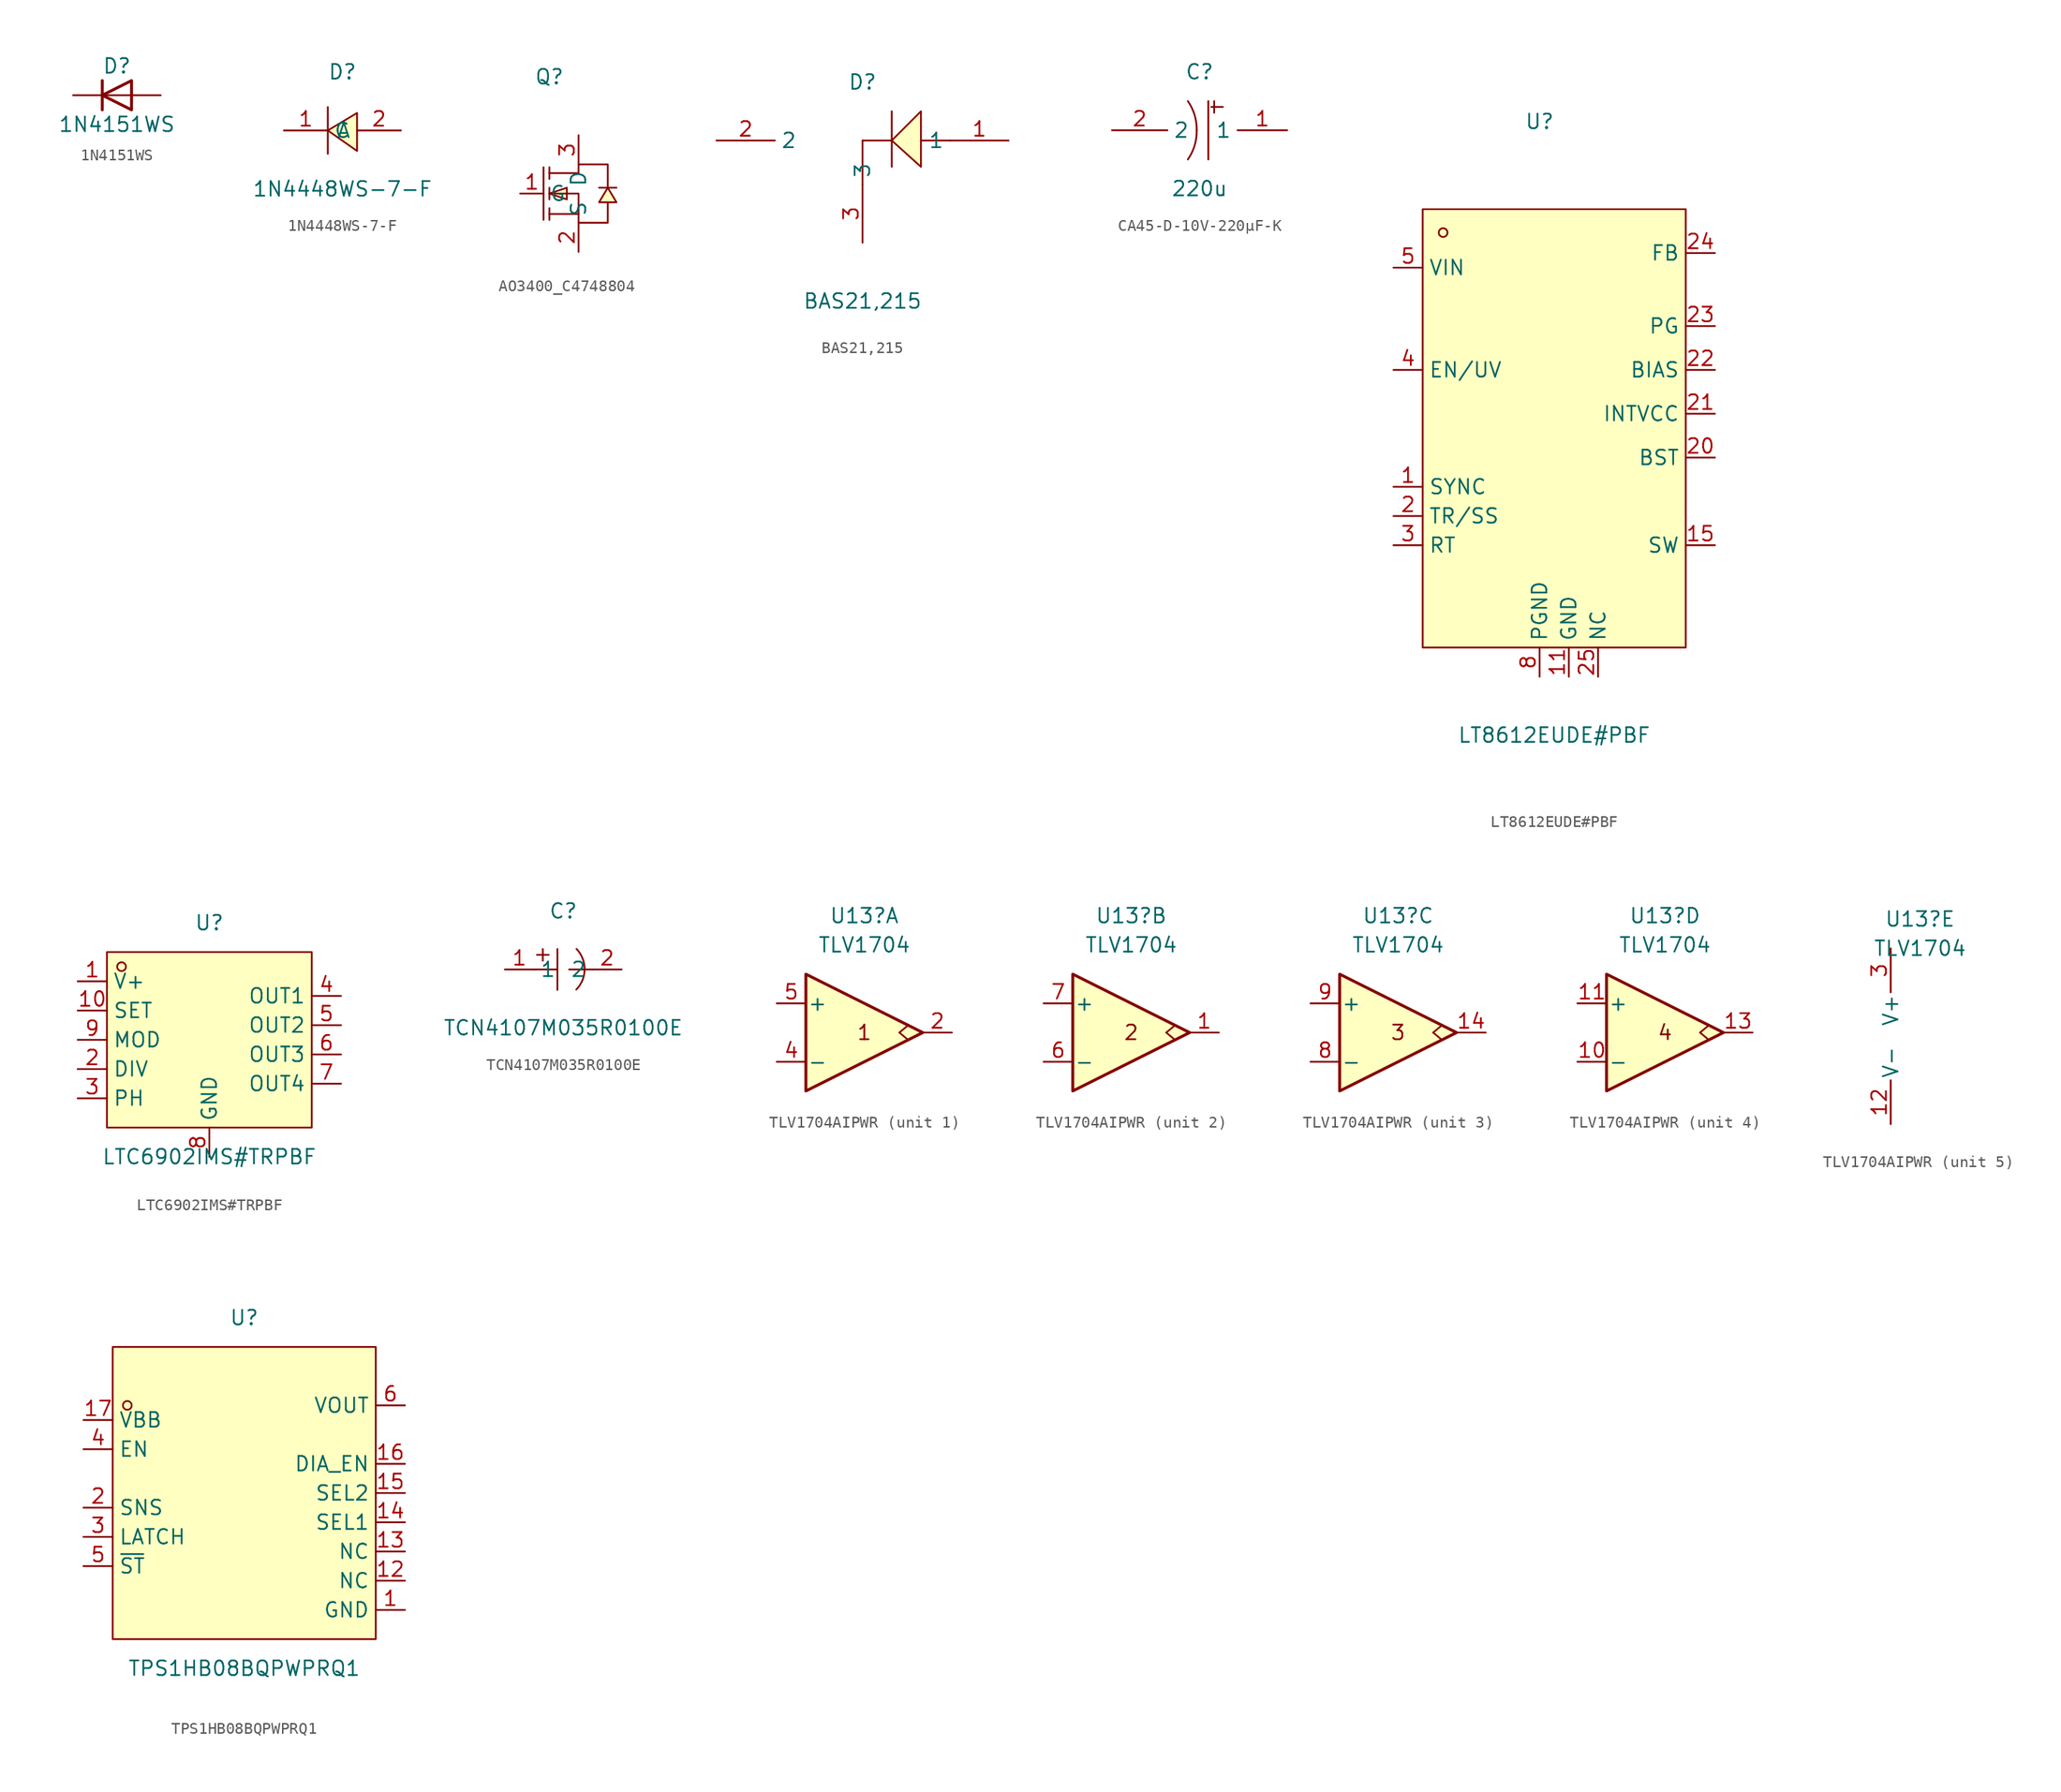
<source format=kicad_sym>
(kicad_symbol_lib
  (version 20241209)
  (generator "kicad_symbol_editor")
  (generator_version "9.0")
  (symbol "1N4151WS"
    (pin_numbers
      (hide yes))
    (pin_names
      (offset 1.016)
      (hide yes))
    (property "Reference" "D"
      (at 0 2.54 0)
      (effects (font (size 1.27 1.27))))
    (property "Value" "1N4151WS"
      (at 0 -2.54 0)
      (effects (font (size 1.27 1.27))))
    (symbol "1N4151WS_0_1"
      (polyline (pts (xy -1.27 1.27) (xy -1.27 -1.27)) (stroke (width 0.254) (type default)) (fill (type none)))
      (polyline (pts (xy 1.27 1.27) (xy 1.27 -1.27) (xy -1.27 0) (xy 1.27 1.27)) (stroke (width 0.254) (type default)) (fill (type none)))
      (polyline (pts (xy 1.27 0) (xy -1.27 0)) (stroke (width 0) (type default)) (fill (type none))))
    (symbol "1N4151WS_1_1"
      (pin passive line (at -3.81 0 0) (length 2.54) (name "K" (effects (font (size 1.27 1.27)))) (number "1" (effects (font (size 1.27 1.27)))))
      (pin passive line (at 3.81 0 180) (length 2.54) (name "A" (effects (font (size 1.27 1.27)))) (number "2" (effects (font (size 1.27 1.27)))))))
  (symbol "1N4448WS-7-F"
    (property "Reference" "D"
      (at 0 5.08 0)
      (effects (font (size 1.27 1.27))))
    (property "Value" "1N4448WS-7-F"
      (at 0 -5.08 0)
      (effects (font (size 1.27 1.27))))
    (symbol "1N4448WS-7-F_0_1"
      (polyline (pts (xy -1.27 -2.03) (xy -1.27 2.03)) (stroke (width 0) (type default)) (fill (type none)))
      (polyline (pts (xy 1.27 1.52) (xy -1.27 0) (xy 1.27 -1.78) (xy 1.27 1.52)) (stroke (width 0) (type default)) (fill (type background)))
      (pin unspecified line (at -5.08 0 0) (length 3.81) (name "C" (effects (font (size 1.27 1.27)))) (number "1" (effects (font (size 1.27 1.27)))))
      (pin unspecified line (at 5.08 0 180) (length 3.81) (name "A" (effects (font (size 1.27 1.27)))) (number "2" (effects (font (size 1.27 1.27)))))))
  (symbol "AO3400_C4748804"
    (property "Reference" "Q"
      (at 0 10.16 0)
      (effects (font (size 1.27 1.27))))
    (symbol "AO3400_C4748804_0_1"
      (polyline (pts (xy -0.51 2.29) (xy -0.51 -2.29)) (stroke (width 0) (type default)) (fill (type none)))
      (polyline (pts (xy 0 2.29) (xy 0 1.27)) (stroke (width 0) (type default)) (fill (type none)))
      (polyline (pts (xy 0 1.78) (xy 2.54 1.78) (xy 2.54 2.54) (xy 5.08 2.54) (xy 5.08 0.51)) (stroke (width 0) (type default)) (fill (type none)))
      (polyline (pts (xy 0 0) (xy 1.52 -0.51) (xy 1.52 0.51) (xy 0 0)) (stroke (width 0) (type default)) (fill (type background)))
      (polyline (pts (xy 0 0) (xy 2.54 0) (xy 2.54 -2.54) (xy 5.08 -2.54) (xy 5.08 -0.76)) (stroke (width 0) (type default)) (fill (type none)))
      (polyline (pts (xy 0 -0.51) (xy 0 0.51)) (stroke (width 0) (type default)) (fill (type none)))
      (polyline (pts (xy 0 -2.29) (xy 0 -1.27)) (stroke (width 0) (type default)) (fill (type none)))
      (polyline (pts (xy 2.54 -1.78) (xy 0 -1.78)) (stroke (width 0) (type default)) (fill (type none)))
      (polyline (pts (xy 5.08 0.51) (xy 4.32 -0.76) (xy 5.84 -0.76) (xy 5.08 0.51)) (stroke (width 0) (type default)) (fill (type background)))
      (polyline (pts (xy 5.84 0.51) (xy 5.59 0.51) (xy 4.57 0.51) (xy 4.32 0.51)) (stroke (width 0) (type default)) (fill (type none)))
      (pin unspecified line (at -2.54 0 0) (length 2.032) (name "G" (effects (font (size 1.27 1.27)))) (number "1" (effects (font (size 1.27 1.27)))))
      (pin unspecified line (at 2.54 5.08 270) (length 2.54) (name "D" (effects (font (size 1.27 1.27)))) (number "3" (effects (font (size 1.27 1.27)))))
      (pin unspecified line (at 2.54 -5.08 90) (length 2.54) (name "S" (effects (font (size 1.27 1.27)))) (number "2" (effects (font (size 1.27 1.27)))))))
  (symbol "BAS21,215"
    (property "Reference" "D"
      (at 0 7.62 0)
      (effects (font (size 1.27 1.27))))
    (property "Value" "BAS21,215"
      (at 0 -11.43 0)
      (effects (font (size 1.27 1.27))))
    (symbol "BAS21,215_0_1"
      (polyline (pts (xy 0 2.54) (xy 2.54 2.54)) (stroke (width 0) (type default)) (fill (type none)))
      (polyline (pts (xy 0 -1.27) (xy 0 2.54)) (stroke (width 0) (type default)) (fill (type none)))
      (polyline (pts (xy 2.54 0.25) (xy 2.54 5.08)) (stroke (width 0) (type default)) (fill (type none)))
      (polyline (pts (xy 5.08 5.08) (xy 2.54 2.54) (xy 5.08 0.25) (xy 5.08 5.08)) (stroke (width 0) (type default)) (fill (type background)))
      (polyline (pts (xy 5.08 2.54) (xy 7.62 2.54)) (stroke (width 0) (type default)) (fill (type none)))
      (pin unspecified line (at -12.7 2.54 0) (length 5.08) (name "2" (effects (font (size 1.27 1.27)))) (number "2" (effects (font (size 1.27 1.27)))))
      (pin unspecified line (at 0 -6.35 90) (length 5.08) (name "3" (effects (font (size 1.27 1.27)))) (number "3" (effects (font (size 1.27 1.27)))))
      (pin unspecified line (at 12.7 2.54 180) (length 5.08) (name "1" (effects (font (size 1.27 1.27)))) (number "1" (effects (font (size 1.27 1.27)))))))
  (symbol "CA45-D-10V-220μF-K"
    (property "Reference" "C"
      (at 0 5.08 0)
      (effects (font (size 1.27 1.27))))
    (property "Value" "220u"
      (at 0 -5.08 0)
      (effects (font (size 1.27 1.27))))
    (symbol "CA45-D-10V-220μF-K_0_1"
      (arc (start -1.02 2.54) (mid -0.31 0.81) (end -0.25 0) (stroke (width 0) (type default)) (fill (type none)))
      (arc (start -0.25 0) (mid -0.27 -0.53) (end -1.02 -2.54) (stroke (width 0) (type default)) (fill (type none)))
      (polyline (pts (xy 0.76 2.54) (xy 0.76 -2.54)) (stroke (width 0) (type default)) (fill (type none)))
      (rectangle (start 1.02 2.03) (end 2.03 2.03) (stroke (width 0) (type default)) (fill (type background)))
      (rectangle (start 1.27 2.54) (end 1.27 1.52) (stroke (width 0) (type default)) (fill (type background)))
      (pin unspecified line (at -7.62 0 0) (length 4.826) (name "2" (effects (font (size 1.27 1.27)))) (number "2" (effects (font (size 1.27 1.27)))))
      (pin unspecified line (at 7.62 0 180) (length 4.318) (name "1" (effects (font (size 1.27 1.27)))) (number "1" (effects (font (size 1.27 1.27)))))))
  (symbol "LT8612EUDE#PBF"
    (property "Reference" "U"
      (at -1.27 24.13 0)
      (effects (font (size 1.27 1.27))))
    (property "Value" "LT8612EUDE#PBF"
      (at 0 -29.21 0)
      (effects (font (size 1.27 1.27))))
    (symbol "LT8612EUDE#PBF_0_1"
      (rectangle (start -11.43 16.51) (end 11.43 -21.59) (stroke (width 0) (type default)) (fill (type background)))
      (circle (center -9.652 14.478) (radius 0.38) (stroke (width 0) (type default)) (fill (type none))))
    (symbol "LT8612EUDE#PBF_1_1"
      (pin passive line (at -13.97 11.43 0) (length 2.54) (name "VIN" (effects (font (size 1.27 1.27)))) (number "5" (effects (font (size 1.27 1.27)))))
      (pin passive line (at -13.97 2.54 0) (length 2.54) (name "EN/UV" (effects (font (size 1.27 1.27)))) (number "4" (effects (font (size 1.27 1.27)))))
      (pin passive line (at -13.97 -7.62 0) (length 2.54) (name "SYNC" (effects (font (size 1.27 1.27)))) (number "1" (effects (font (size 1.27 1.27)))))
      (pin passive line (at -13.97 -10.16 0) (length 2.54) (name "TR/SS" (effects (font (size 1.27 1.27)))) (number "2" (effects (font (size 1.27 1.27)))))
      (pin passive line (at -13.97 -12.7 0) (length 2.54) (name "RT" (effects (font (size 1.27 1.27)))) (number "3" (effects (font (size 1.27 1.27)))))
      (pin passive line (at -1.27 -24.13 90) (length 2.54) (name "PGND" (effects (font (size 1.27 1.27)))) (number "8" (effects (font (size 1.27 1.27)))))
      (pin passive line (at 1.27 -24.13 90) (length 2.54) (name "GND" (effects (font (size 1.27 1.27)))) (number "11" (effects (font (size 1.27 1.27)))))
      (pin passive line (at 3.81 -24.13 90) (length 2.54) (name "NC" (effects (font (size 1.27 1.27)))) (number "25" (effects (font (size 1.27 1.27)))))
      (pin passive line (at 13.97 12.7 180) (length 2.54) (name "FB" (effects (font (size 1.27 1.27)))) (number "24" (effects (font (size 1.27 1.27)))))
      (pin passive line (at 13.97 6.35 180) (length 2.54) (name "PG" (effects (font (size 1.27 1.27)))) (number "23" (effects (font (size 1.27 1.27)))))
      (pin passive line (at 13.97 2.54 180) (length 2.54) (name "BIAS" (effects (font (size 1.27 1.27)))) (number "22" (effects (font (size 1.27 1.27)))))
      (pin passive line (at 13.97 -1.27 180) (length 2.54) (name "INTVCC" (effects (font (size 1.27 1.27)))) (number "21" (effects (font (size 1.27 1.27)))))
      (pin passive line (at 13.97 -5.08 180) (length 2.54) (name "BST" (effects (font (size 1.27 1.27)))) (number "20" (effects (font (size 1.27 1.27)))))
      (pin passive line (at 13.97 -12.7 180) (length 2.54) (name "SW" (effects (font (size 1.27 1.27)))) (number "15" (effects (font (size 1.27 1.27)))))))
  (symbol "LTC6902IMS#TRPBF"
    (property "Reference" "U"
      (at 0 10.16 0)
      (effects (font (size 1.27 1.27))))
    (property "Value" "LTC6902IMS#TRPBF"
      (at 0 -10.16 0)
      (effects (font (size 1.27 1.27))))
    (symbol "LTC6902IMS#TRPBF_0_1"
      (rectangle (start -8.89 7.62) (end 8.89 -7.62) (stroke (width 0) (type default)) (fill (type background)))
      (circle (center -7.62 6.35) (radius 0.38) (stroke (width 0) (type default)) (fill (type none)))
      (pin unspecified line (at -11.43 5.08 0) (length 2.54) (name "V+" (effects (font (size 1.27 1.27)))) (number "1" (effects (font (size 1.27 1.27)))))
      (pin unspecified line (at -11.43 2.54 0) (length 2.54) (name "SET" (effects (font (size 1.27 1.27)))) (number "10" (effects (font (size 1.27 1.27)))))
      (pin unspecified line (at -11.43 0 0) (length 2.54) (name "MOD" (effects (font (size 1.27 1.27)))) (number "9" (effects (font (size 1.27 1.27)))))
      (pin unspecified line (at -11.43 -2.54 0) (length 2.54) (name "DIV" (effects (font (size 1.27 1.27)))) (number "2" (effects (font (size 1.27 1.27)))))
      (pin unspecified line (at -11.43 -5.08 0) (length 2.54) (name "PH" (effects (font (size 1.27 1.27)))) (number "3" (effects (font (size 1.27 1.27)))))
      (pin unspecified line (at 0 -10.16 90) (length 2.54) (name "GND" (effects (font (size 1.27 1.27)))) (number "8" (effects (font (size 1.27 1.27)))))
      (pin unspecified line (at 11.43 3.81 180) (length 2.54) (name "OUT1" (effects (font (size 1.27 1.27)))) (number "4" (effects (font (size 1.27 1.27)))))
      (pin unspecified line (at 11.43 1.27 180) (length 2.54) (name "OUT2" (effects (font (size 1.27 1.27)))) (number "5" (effects (font (size 1.27 1.27)))))
      (pin unspecified line (at 11.43 -1.27 180) (length 2.54) (name "OUT3" (effects (font (size 1.27 1.27)))) (number "6" (effects (font (size 1.27 1.27)))))
      (pin unspecified line (at 11.43 -3.81 180) (length 2.54) (name "OUT4" (effects (font (size 1.27 1.27)))) (number "7" (effects (font (size 1.27 1.27)))))))
  (symbol "TCN4107M035R0100E"
    (property "Reference" "C"
      (at 0 5.08 0)
      (effects (font (size 1.27 1.27))))
    (property "Value" "TCN4107M035R0100E"
      (at 0 -5.08 0)
      (effects (font (size 1.27 1.27))))
    (symbol "TCN4107M035R0100E_0_1"
      (polyline (pts (xy -2.54 0) (xy -0.51 0)) (stroke (width 0) (type default)) (fill (type none)))
      (polyline (pts (xy -2.29 1.27) (xy -1.27 1.27)) (stroke (width 0) (type default)) (fill (type none)))
      (polyline (pts (xy -1.78 1.78) (xy -1.78 0.76)) (stroke (width 0) (type default)) (fill (type none)))
      (arc (start 1.15 1.79) (mid 1.8578 0.0159) (end 1.13 -1.75) (stroke (width 0) (type default)) (fill (type none)))
      (polyline (pts (xy -0.51 1.78) (xy -0.51 -1.78)) (stroke (width 0) (type default)) (fill (type none)))
      (polyline (pts (xy 0.51 0) (xy 2.54 0)) (stroke (width 0) (type default)) (fill (type none)))
      (pin input line (at -5.08 0 0) (length 2.54) (name "1" (effects (font (size 1.27 1.27)))) (number "1" (effects (font (size 1.27 1.27)))))
      (pin input line (at 5.08 0 180) (length 2.54) (name "2" (effects (font (size 1.27 1.27)))) (number "2" (effects (font (size 1.27 1.27)))))))
  (symbol "TLV1704AIPWR"
    (pin_names
      (offset 0.127))
    (property "Reference" "U13"
      (at 0 10.16 0)
      (effects (font (size 1.27 1.27))))
    (property "Value" "TLV1704"
      (at 0 7.62 0)
      (effects (font (size 1.27 1.27))))
    (property "Tolerance" ""
      (at 0 0 0)
      (effects (font (size 1.27 1.27))))
    (property "Power Rating" ""
      (at 0 0 0)
      (effects (font (size 1.27 1.27))))
    (property "ki_locked" ""
      (at 0 0 0)
      (effects (font (size 1.27 1.27))))
    (symbol "TLV1704AIPWR_1_1"
      (polyline (pts (xy -5.08 5.08) (xy 5.08 0) (xy -5.08 -5.08) (xy -5.08 5.08)) (stroke (width 0.254) (type default)) (fill (type background)))
      (polyline (pts (xy 3.048 0) (xy 3.81 -0.635)) (stroke (width 0) (type default)) (fill (type none)))
      (polyline (pts (xy 3.81 0.635) (xy 3.048 0)) (stroke (width 0) (type default)) (fill (type none)))
      (text "1" (at 0 0 0) (effects (font (size 1.27 1.27))))
      (pin input line (at -7.62 2.54 0) (length 2.54) (name "+" (effects (font (size 1.27 1.27)))) (number "5" (effects (font (size 1.27 1.27)))))
      (pin input line (at -7.62 -2.54 0) (length 2.54) (name "-" (effects (font (size 1.27 1.27)))) (number "4" (effects (font (size 1.27 1.27)))))
      (pin open_collector line (at 7.62 0 180) (length 2.54) (name "~" (effects (font (size 1.27 1.27)))) (number "2" (effects (font (size 1.27 1.27))))))
    (symbol "TLV1704AIPWR_2_1"
      (polyline (pts (xy -5.08 5.08) (xy 5.08 0) (xy -5.08 -5.08) (xy -5.08 5.08)) (stroke (width 0.254) (type default)) (fill (type background)))
      (polyline (pts (xy 3.048 0) (xy 3.81 -0.635)) (stroke (width 0) (type default)) (fill (type none)))
      (polyline (pts (xy 3.81 0.635) (xy 3.048 0)) (stroke (width 0) (type default)) (fill (type none)))
      (text "2" (at 0 0 0) (effects (font (size 1.27 1.27))))
      (pin input line (at -7.62 2.54 0) (length 2.54) (name "+" (effects (font (size 1.27 1.27)))) (number "7" (effects (font (size 1.27 1.27)))))
      (pin input line (at -7.62 -2.54 0) (length 2.54) (name "-" (effects (font (size 1.27 1.27)))) (number "6" (effects (font (size 1.27 1.27)))))
      (pin open_collector line (at 7.62 0 180) (length 2.54) (name "~" (effects (font (size 1.27 1.27)))) (number "1" (effects (font (size 1.27 1.27))))))
    (symbol "TLV1704AIPWR_3_1"
      (polyline (pts (xy -5.08 5.08) (xy 5.08 0) (xy -5.08 -5.08) (xy -5.08 5.08)) (stroke (width 0.254) (type default)) (fill (type background)))
      (polyline (pts (xy 3.048 0) (xy 3.81 -0.635)) (stroke (width 0) (type default)) (fill (type none)))
      (polyline (pts (xy 3.81 0.635) (xy 3.048 0)) (stroke (width 0) (type default)) (fill (type none)))
      (text "3" (at 0 0 0) (effects (font (size 1.27 1.27))))
      (pin input line (at -7.62 2.54 0) (length 2.54) (name "+" (effects (font (size 1.27 1.27)))) (number "9" (effects (font (size 1.27 1.27)))))
      (pin input line (at -7.62 -2.54 0) (length 2.54) (name "-" (effects (font (size 1.27 1.27)))) (number "8" (effects (font (size 1.27 1.27)))))
      (pin open_collector line (at 7.62 0 180) (length 2.54) (name "~" (effects (font (size 1.27 1.27)))) (number "14" (effects (font (size 1.27 1.27))))))
    (symbol "TLV1704AIPWR_4_1"
      (polyline (pts (xy -5.08 5.08) (xy 5.08 0) (xy -5.08 -5.08) (xy -5.08 5.08)) (stroke (width 0.254) (type default)) (fill (type background)))
      (polyline (pts (xy 3.048 0) (xy 3.81 -0.635)) (stroke (width 0) (type default)) (fill (type none)))
      (polyline (pts (xy 3.81 0.635) (xy 3.048 0)) (stroke (width 0) (type default)) (fill (type none)))
      (text "4" (at 0 0 0) (effects (font (size 1.27 1.27))))
      (pin input line (at -7.62 2.54 0) (length 2.54) (name "+" (effects (font (size 1.27 1.27)))) (number "11" (effects (font (size 1.27 1.27)))))
      (pin input line (at -7.62 -2.54 0) (length 2.54) (name "-" (effects (font (size 1.27 1.27)))) (number "10" (effects (font (size 1.27 1.27)))))
      (pin open_collector line (at 7.62 0 180) (length 2.54) (name "~" (effects (font (size 1.27 1.27)))) (number "13" (effects (font (size 1.27 1.27))))))
    (symbol "TLV1704AIPWR_5_1"
      (pin power_in line (at -2.54 7.62 270) (length 3.81) (name "V+" (effects (font (size 1.27 1.27)))) (number "3" (effects (font (size 1.27 1.27)))))
      (pin power_in line (at -2.54 -7.62 90) (length 3.81) (name "V-" (effects (font (size 1.27 1.27)))) (number "12" (effects (font (size 1.27 1.27)))))))
  (symbol "TPS1HB08BQPWPRQ1"
    (property "Reference" "U"
      (at 0 15.24 0)
      (effects (font (size 1.27 1.27))))
    (property "Value" "TPS1HB08BQPWPRQ1"
      (at 0 -15.24 0)
      (effects (font (size 1.27 1.27))))
    (symbol "TPS1HB08BQPWPRQ1_0_1"
      (rectangle (start -11.43 12.7) (end 11.43 -12.7) (stroke (width 0) (type default)) (fill (type background)))
      (circle (center -10.16 7.62) (radius 0.38) (stroke (width 0) (type default)) (fill (type none))))
    (symbol "TPS1HB08BQPWPRQ1_1_1"
      (pin passive line (at -13.97 6.35 0) (length 2.54) (name "VBB" (effects (font (size 1.27 1.27)))) (number "17" (effects (font (size 1.27 1.27)))))
      (pin passive line (at -13.97 3.81 0) (length 2.54) (name "EN" (effects (font (size 1.27 1.27)))) (number "4" (effects (font (size 1.27 1.27)))))
      (pin passive line (at -13.97 -1.27 0) (length 2.54) (name "SNS" (effects (font (size 1.27 1.27)))) (number "2" (effects (font (size 1.27 1.27)))))
      (pin passive line (at -13.97 -3.81 0) (length 2.54) (name "LATCH" (effects (font (size 1.27 1.27)))) (number "3" (effects (font (size 1.27 1.27)))))
      (pin passive line (at -13.97 -6.35 0) (length 2.54) (name "~{ST}" (effects (font (size 1.27 1.27)))) (number "5" (effects (font (size 1.27 1.27)))))
      (pin passive line (at 13.97 7.62 180) (length 2.54) (name "VOUT" (effects (font (size 1.27 1.27)))) (number "6" (effects (font (size 1.27 1.27)))))
      (pin passive line (at 13.97 2.54 180) (length 2.54) (name "DIA_EN" (effects (font (size 1.27 1.27)))) (number "16" (effects (font (size 1.27 1.27)))))
      (pin passive line (at 13.97 0 180) (length 2.54) (name "SEL2" (effects (font (size 1.27 1.27)))) (number "15" (effects (font (size 1.27 1.27)))))
      (pin passive line (at 13.97 -2.54 180) (length 2.54) (name "SEL1" (effects (font (size 1.27 1.27)))) (number "14" (effects (font (size 1.27 1.27)))))
      (pin passive line (at 13.97 -5.08 180) (length 2.54) (name "NC" (effects (font (size 1.27 1.27)))) (number "13" (effects (font (size 1.27 1.27)))))
      (pin passive line (at 13.97 -7.62 180) (length 2.54) (name "NC" (effects (font (size 1.27 1.27)))) (number "12" (effects (font (size 1.27 1.27)))))
      (pin passive line (at 13.97 -10.16 180) (length 2.54) (name "GND" (effects (font (size 1.27 1.27)))) (number "1" (effects (font (size 1.27 1.27))))))))
</source>
